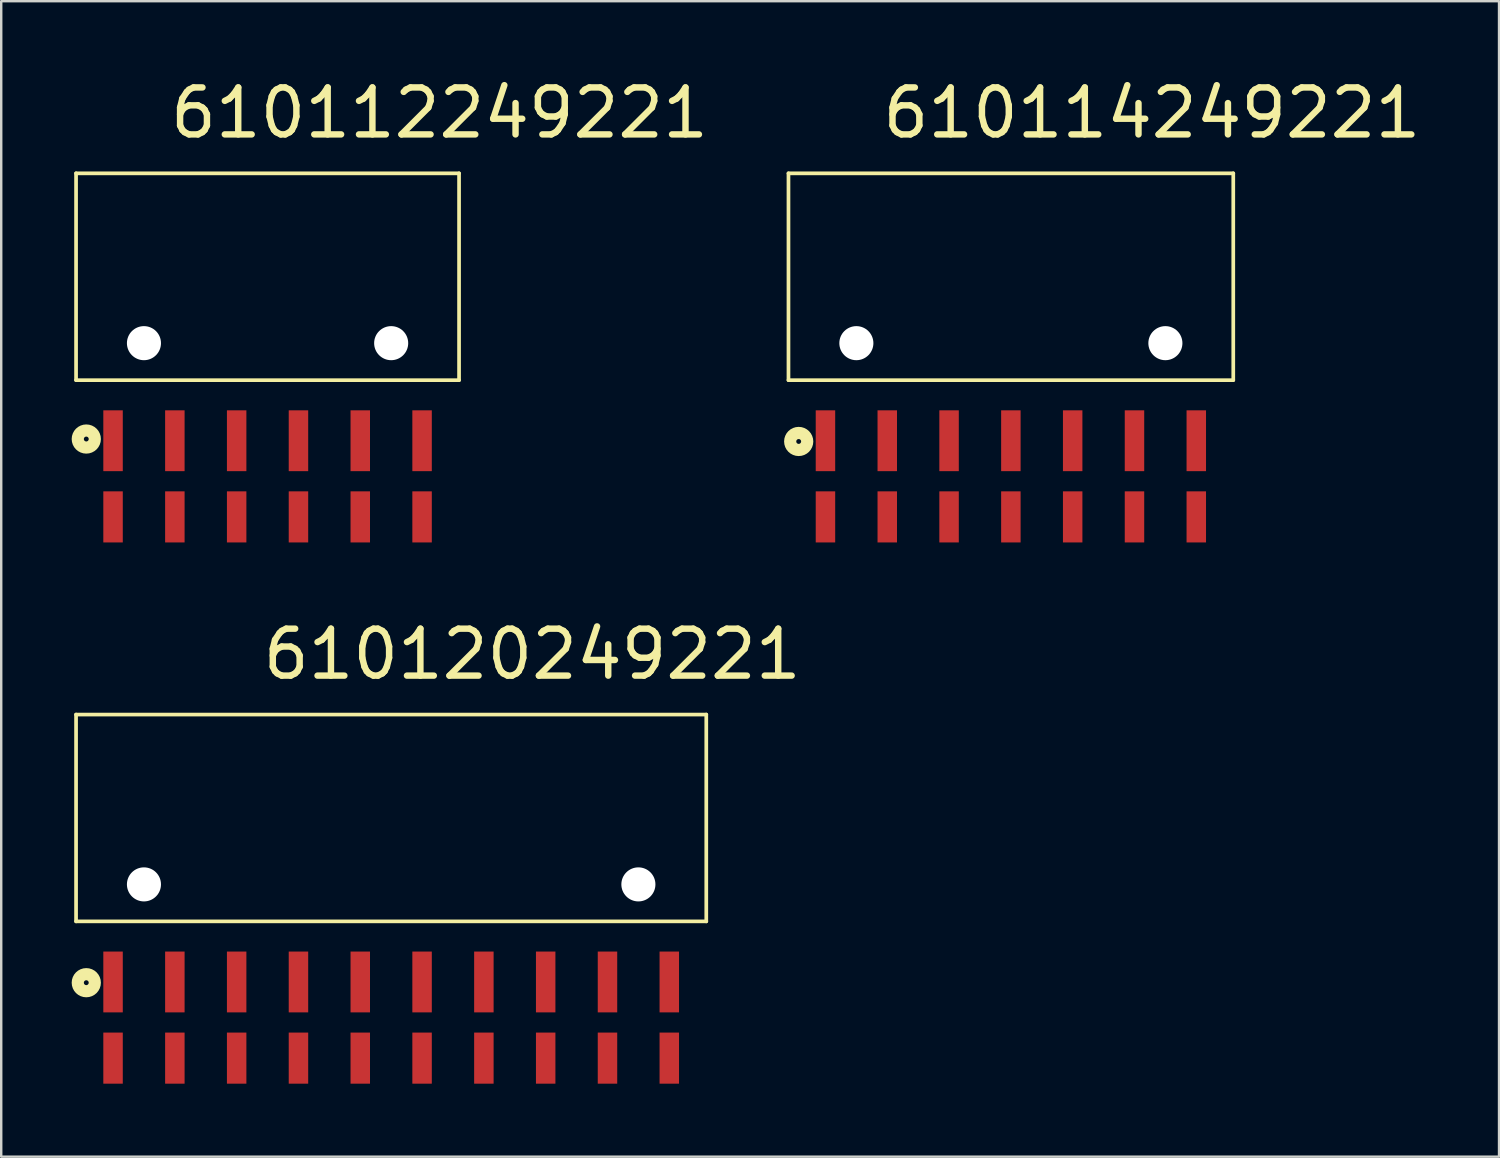
<source format=kicad_pcb>
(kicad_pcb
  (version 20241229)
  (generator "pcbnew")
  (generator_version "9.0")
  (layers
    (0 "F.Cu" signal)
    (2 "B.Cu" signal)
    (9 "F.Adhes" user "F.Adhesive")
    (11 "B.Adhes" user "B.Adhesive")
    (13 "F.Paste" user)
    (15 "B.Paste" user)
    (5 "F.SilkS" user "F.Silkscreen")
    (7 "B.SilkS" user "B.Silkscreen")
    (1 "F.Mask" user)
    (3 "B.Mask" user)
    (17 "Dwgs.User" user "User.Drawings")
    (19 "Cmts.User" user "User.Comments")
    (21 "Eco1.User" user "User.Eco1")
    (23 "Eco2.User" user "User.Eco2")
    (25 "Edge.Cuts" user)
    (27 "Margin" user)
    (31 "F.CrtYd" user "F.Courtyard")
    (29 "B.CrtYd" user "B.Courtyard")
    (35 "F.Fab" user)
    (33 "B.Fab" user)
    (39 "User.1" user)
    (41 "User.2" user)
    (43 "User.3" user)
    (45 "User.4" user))
  (footprint "610120249221"
    (layer "F.Cu")
    (at 13.026 33.296)
    (property "Reference" "610120249221" (at -5.406 -8.33 0) (layer "F.SilkS") (effects (font (size 1.93 1.93) (thickness 0.264)) (justify left bottom)))
    (attr through_hole)
    (fp_line (start -12.95 -6.98) (end 12.95 -6.98) (stroke (width 0.152) (type solid)) (layer "F.SilkS"))
    (fp_line (start -12.95 1.52) (end -12.95 -6.98) (stroke (width 0.152) (type solid)) (layer "F.SilkS"))
    (fp_line (start -12.95 1.52) (end 12.95 1.52) (stroke (width 0.152) (type solid)) (layer "F.SilkS"))
    (fp_line (start 12.95 1.52) (end 12.95 -6.98) (stroke (width 0.152) (type solid)) (layer "F.SilkS"))
    (fp_circle (center -12.53 4.04) (end -12.43 4.04) (stroke (width 0.5) (type solid)) (fill no) (layer "F.SilkS"))
    (pad "" np_thru_hole circle (at -10.16 0) (size 1.4 1.4) (drill 1.4) (layers "*.Cu"))
    (pad "" np_thru_hole circle (at 10.16 0) (size 1.4 1.4) (drill 1.4) (layers "*.Cu"))
    (pad "1" smd rect (at -11.43 4.01) (size 0.8 2.5) (layers "F.Cu" "F.Mask" "F.Paste"))
    (pad "2" smd rect (at -8.89 4.01) (size 0.8 2.5) (layers "F.Cu" "F.Mask" "F.Paste"))
    (pad "3" smd rect (at -6.35 4.01) (size 0.8 2.5) (layers "F.Cu" "F.Mask" "F.Paste"))
    (pad "4" smd rect (at -3.81 4.01) (size 0.8 2.5) (layers "F.Cu" "F.Mask" "F.Paste"))
    (pad "5" smd rect (at -1.27 4.01) (size 0.8 2.5) (layers "F.Cu" "F.Mask" "F.Paste"))
    (pad "6" smd rect (at 1.27 4.01) (size 0.8 2.5) (layers "F.Cu" "F.Mask" "F.Paste"))
    (pad "7" smd rect (at 3.81 4.01) (size 0.8 2.5) (layers "F.Cu" "F.Mask" "F.Paste"))
    (pad "8" smd rect (at 6.35 4.01) (size 0.8 2.5) (layers "F.Cu" "F.Mask" "F.Paste"))
    (pad "9" smd rect (at 8.89 4.01) (size 0.8 2.5) (layers "F.Cu" "F.Mask" "F.Paste"))
    (pad "10" smd rect (at 11.43 4.01) (size 0.8 2.5) (layers "F.Cu" "F.Mask" "F.Paste"))
    (pad "11" smd rect (at 11.43 7.14) (size 0.8 2.1) (layers "F.Cu" "F.Mask" "F.Paste"))
    (pad "12" smd rect (at 8.89 7.14) (size 0.8 2.1) (layers "F.Cu" "F.Mask" "F.Paste"))
    (pad "13" smd rect (at 6.35 7.14) (size 0.8 2.1) (layers "F.Cu" "F.Mask" "F.Paste"))
    (pad "14" smd rect (at 3.81 7.14) (size 0.8 2.1) (layers "F.Cu" "F.Mask" "F.Paste"))
    (pad "15" smd rect (at 1.27 7.14) (size 0.8 2.1) (layers "F.Cu" "F.Mask" "F.Paste"))
    (pad "16" smd rect (at -1.27 7.14) (size 0.8 2.1) (layers "F.Cu" "F.Mask" "F.Paste"))
    (pad "17" smd rect (at -3.81 7.14) (size 0.8 2.1) (layers "F.Cu" "F.Mask" "F.Paste"))
    (pad "18" smd rect (at -6.35 7.14) (size 0.8 2.1) (layers "F.Cu" "F.Mask" "F.Paste"))
    (pad "19" smd rect (at -8.89 7.14) (size 0.8 2.1) (layers "F.Cu" "F.Mask" "F.Paste"))
    (pad "20" smd rect (at -11.43 7.14) (size 0.8 2.1) (layers "F.Cu" "F.Mask" "F.Paste")))
  (footprint "610112249221"
    (layer "F.Cu")
    (at 7.946 11.053)
    (property "Reference" "610112249221" (at -4.136 -8.33 0) (layer "F.SilkS") (effects (font (size 1.93 1.93) (thickness 0.264)) (justify left bottom)))
    (attr through_hole)
    (fp_line (start -7.87 -6.98) (end 7.87 -6.98) (stroke (width 0.152) (type solid)) (layer "F.SilkS"))
    (fp_line (start -7.87 1.52) (end -7.87 -6.98) (stroke (width 0.152) (type solid)) (layer "F.SilkS"))
    (fp_line (start -7.87 1.52) (end 7.87 1.52) (stroke (width 0.152) (type solid)) (layer "F.SilkS"))
    (fp_line (start 7.87 1.52) (end 7.87 -6.98) (stroke (width 0.152) (type solid)) (layer "F.SilkS"))
    (fp_circle (center -7.45 3.94) (end -7.35 3.94) (stroke (width 0.5) (type solid)) (fill no) (layer "F.SilkS"))
    (pad "" np_thru_hole circle (at -5.08 0) (size 1.4 1.4) (drill 1.4) (layers "*.Cu"))
    (pad "" np_thru_hole circle (at 5.08 0) (size 1.4 1.4) (drill 1.4) (layers "*.Cu"))
    (pad "1" smd rect (at -6.35 4.01) (size 0.8 2.5) (layers "F.Cu" "F.Mask" "F.Paste"))
    (pad "2" smd rect (at -3.81 4.01) (size 0.8 2.5) (layers "F.Cu" "F.Mask" "F.Paste"))
    (pad "3" smd rect (at -1.27 4.01) (size 0.8 2.5) (layers "F.Cu" "F.Mask" "F.Paste"))
    (pad "4" smd rect (at 1.27 4.01) (size 0.8 2.5) (layers "F.Cu" "F.Mask" "F.Paste"))
    (pad "5" smd rect (at 3.81 4.01) (size 0.8 2.5) (layers "F.Cu" "F.Mask" "F.Paste"))
    (pad "6" smd rect (at 6.35 4.01) (size 0.8 2.5) (layers "F.Cu" "F.Mask" "F.Paste"))
    (pad "7" smd rect (at 6.35 7.14) (size 0.8 2.1) (layers "F.Cu" "F.Mask" "F.Paste"))
    (pad "8" smd rect (at 3.81 7.14) (size 0.8 2.1) (layers "F.Cu" "F.Mask" "F.Paste"))
    (pad "9" smd rect (at 1.27 7.14) (size 0.8 2.1) (layers "F.Cu" "F.Mask" "F.Paste"))
    (pad "10" smd rect (at -1.27 7.14) (size 0.8 2.1) (layers "F.Cu" "F.Mask" "F.Paste"))
    (pad "11" smd rect (at -3.81 7.14) (size 0.8 2.1) (layers "F.Cu" "F.Mask" "F.Paste"))
    (pad "12" smd rect (at -6.35 7.14) (size 0.8 2.1) (layers "F.Cu" "F.Mask" "F.Paste")))
  (footprint "610114249221"
    (layer "F.Cu")
    (at 38.494 11.053)
    (property "Reference" "610114249221" (at -5.406 -8.33 0) (layer "F.SilkS") (effects (font (size 1.93 1.93) (thickness 0.264)) (justify left bottom)))
    (attr through_hole)
    (fp_line (start -9.14 -6.98) (end 9.14 -6.98) (stroke (width 0.152) (type solid)) (layer "F.SilkS"))
    (fp_line (start -9.14 1.52) (end -9.14 -6.98) (stroke (width 0.152) (type solid)) (layer "F.SilkS"))
    (fp_line (start -9.14 1.52) (end 9.14 1.52) (stroke (width 0.152) (type solid)) (layer "F.SilkS"))
    (fp_line (start 9.14 1.52) (end 9.14 -6.98) (stroke (width 0.152) (type solid)) (layer "F.SilkS"))
    (fp_circle (center -8.72 4.04) (end -8.62 4.04) (stroke (width 0.5) (type solid)) (fill no) (layer "F.SilkS"))
    (pad "" np_thru_hole circle (at -6.35 0) (size 1.4 1.4) (drill 1.4) (layers "*.Cu"))
    (pad "" np_thru_hole circle (at 6.35 0) (size 1.4 1.4) (drill 1.4) (layers "*.Cu"))
    (pad "1" smd rect (at -7.62 4.01) (size 0.8 2.5) (layers "F.Cu" "F.Mask" "F.Paste"))
    (pad "2" smd rect (at -5.08 4.01) (size 0.8 2.5) (layers "F.Cu" "F.Mask" "F.Paste"))
    (pad "3" smd rect (at -2.54 4.01) (size 0.8 2.5) (layers "F.Cu" "F.Mask" "F.Paste"))
    (pad "4" smd rect (at 0 4.01) (size 0.8 2.5) (layers "F.Cu" "F.Mask" "F.Paste"))
    (pad "5" smd rect (at 2.54 4.01) (size 0.8 2.5) (layers "F.Cu" "F.Mask" "F.Paste"))
    (pad "6" smd rect (at 5.08 4.01) (size 0.8 2.5) (layers "F.Cu" "F.Mask" "F.Paste"))
    (pad "7" smd rect (at 7.62 4.01) (size 0.8 2.5) (layers "F.Cu" "F.Mask" "F.Paste"))
    (pad "8" smd rect (at 7.62 7.14) (size 0.8 2.1) (layers "F.Cu" "F.Mask" "F.Paste"))
    (pad "9" smd rect (at 5.08 7.14) (size 0.8 2.1) (layers "F.Cu" "F.Mask" "F.Paste"))
    (pad "10" smd rect (at 2.54 7.14) (size 0.8 2.1) (layers "F.Cu" "F.Mask" "F.Paste"))
    (pad "11" smd rect (at 0 7.14) (size 0.8 2.1) (layers "F.Cu" "F.Mask" "F.Paste"))
    (pad "12" smd rect (at -2.54 7.14) (size 0.8 2.1) (layers "F.Cu" "F.Mask" "F.Paste"))
    (pad "13" smd rect (at -5.08 7.14) (size 0.8 2.1) (layers "F.Cu" "F.Mask" "F.Paste"))
    (pad "14" smd rect (at -7.62 7.14) (size 0.8 2.1) (layers "F.Cu" "F.Mask" "F.Paste")))
  (gr_rect
    (start -3 -3)
    (end 58.556 44.486)
    (stroke (width 0.1) (type default))
    (fill no)
    (layer "Edge.Cuts")))
</source>
